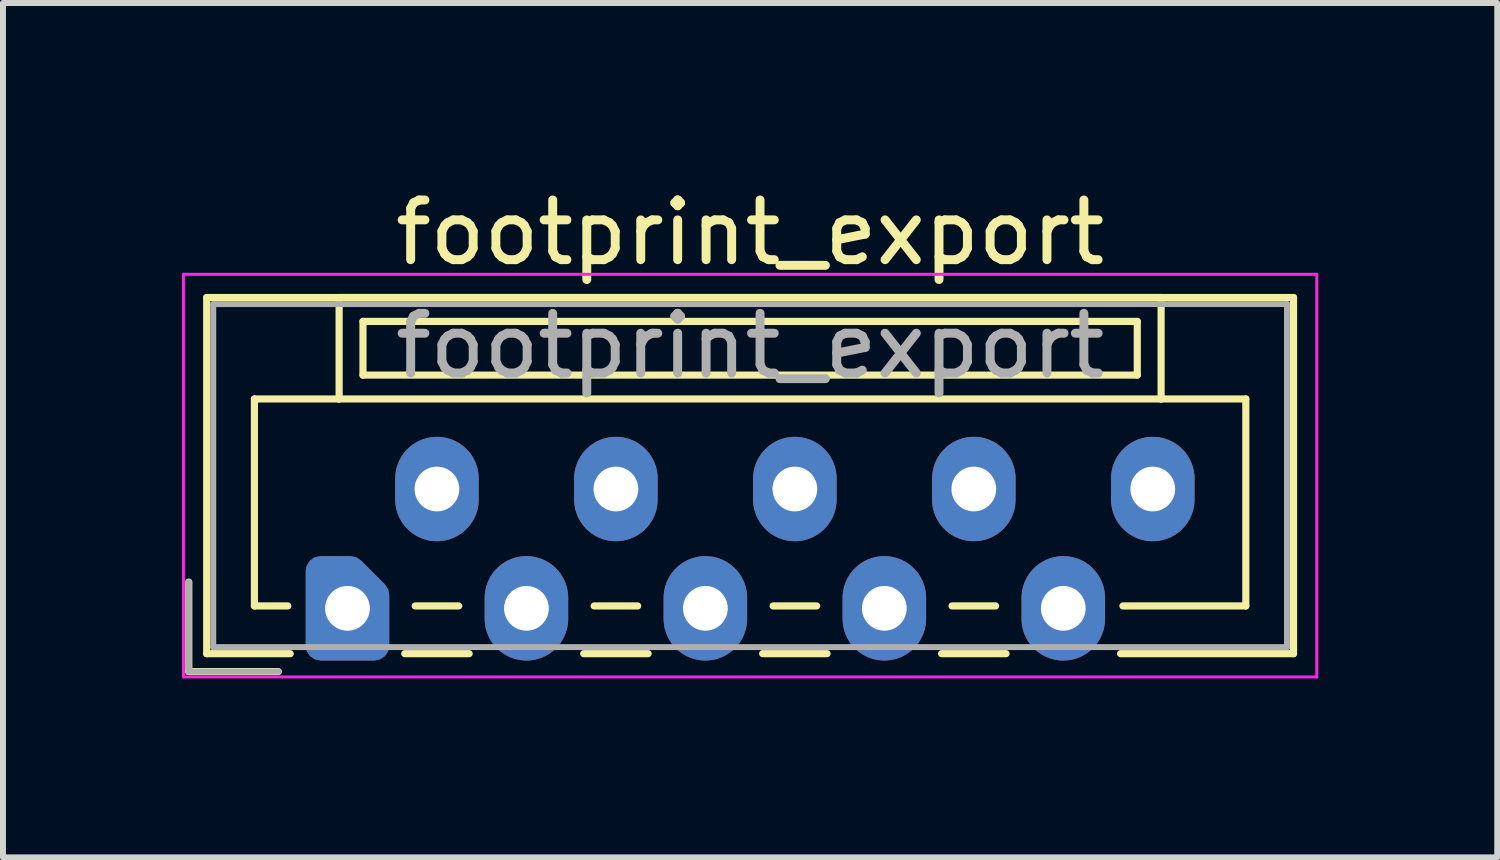
<source format=kicad_pcb>
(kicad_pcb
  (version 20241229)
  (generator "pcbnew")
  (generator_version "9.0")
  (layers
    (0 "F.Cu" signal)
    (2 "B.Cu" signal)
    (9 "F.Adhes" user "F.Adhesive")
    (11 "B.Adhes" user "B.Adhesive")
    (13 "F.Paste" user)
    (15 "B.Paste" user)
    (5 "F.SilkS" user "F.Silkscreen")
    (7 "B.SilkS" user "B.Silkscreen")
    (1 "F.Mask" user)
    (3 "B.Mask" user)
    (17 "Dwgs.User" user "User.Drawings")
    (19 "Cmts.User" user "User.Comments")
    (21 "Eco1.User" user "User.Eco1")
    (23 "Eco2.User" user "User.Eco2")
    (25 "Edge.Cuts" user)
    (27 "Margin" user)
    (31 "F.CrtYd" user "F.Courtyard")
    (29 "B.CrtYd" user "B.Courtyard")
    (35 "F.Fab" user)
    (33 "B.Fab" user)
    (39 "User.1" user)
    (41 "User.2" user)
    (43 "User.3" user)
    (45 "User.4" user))
  (footprint "footprint_export"
    (layer "F.Cu")
    (at 2.775 7.148)
    (property "Reference" "footprint_export" (at 6.75 -6.3 0) (layer "F.SilkS") (effects (font (size 1 1) (thickness 0.15))))
    (attr through_hole)
    (fp_line (start -2.66 -0.44) (end -2.66 1.06) (stroke (width 0.12) (type solid)) (layer "F.SilkS"))
    (fp_line (start -2.66 1.06) (end -1.16 1.06) (stroke (width 0.12) (type solid)) (layer "F.SilkS"))
    (fp_line (start -2.36 -5.21) (end 15.86 -5.21) (stroke (width 0.12) (type solid)) (layer "F.SilkS"))
    (fp_line (start -2.36 0.76) (end -2.36 -5.21) (stroke (width 0.12) (type solid)) (layer "F.SilkS"))
    (fp_line (start -1.56 -3.51) (end -1.56 -0.04) (stroke (width 0.12) (type solid)) (layer "F.SilkS"))
    (fp_line (start -1.56 -0.04) (end -1 -0.04) (stroke (width 0.12) (type solid)) (layer "F.SilkS"))
    (fp_line (start -0.96 0.76) (end -2.36 0.76) (stroke (width 0.12) (type solid)) (layer "F.SilkS"))
    (fp_line (start -0.14 -5.21) (end -0.14 -3.51) (stroke (width 0.12) (type solid)) (layer "F.SilkS"))
    (fp_line (start -0.14 -3.51) (end -1.56 -3.51) (stroke (width 0.12) (type solid)) (layer "F.SilkS"))
    (fp_line (start -0.14 -3.51) (end 13.64 -3.51) (stroke (width 0.12) (type solid)) (layer "F.SilkS"))
    (fp_line (start 0.26 -4.81) (end 0.26 -3.91) (stroke (width 0.12) (type solid)) (layer "F.SilkS"))
    (fp_line (start 0.26 -3.91) (end 13.24 -3.91) (stroke (width 0.12) (type solid)) (layer "F.SilkS"))
    (fp_line (start 0.96 0.76) (end 2.04 0.76) (stroke (width 0.12) (type solid)) (layer "F.SilkS"))
    (fp_line (start 1.135 -0.04) (end 1.865 -0.04) (stroke (width 0.12) (type solid)) (layer "F.SilkS"))
    (fp_line (start 3.96 0.76) (end 5.04 0.76) (stroke (width 0.12) (type solid)) (layer "F.SilkS"))
    (fp_line (start 4.135 -0.04) (end 4.865 -0.04) (stroke (width 0.12) (type solid)) (layer "F.SilkS"))
    (fp_line (start 6.96 0.76) (end 8.04 0.76) (stroke (width 0.12) (type solid)) (layer "F.SilkS"))
    (fp_line (start 7.135 -0.04) (end 7.865 -0.04) (stroke (width 0.12) (type solid)) (layer "F.SilkS"))
    (fp_line (start 9.96 0.76) (end 11.04 0.76) (stroke (width 0.12) (type solid)) (layer "F.SilkS"))
    (fp_line (start 10.135 -0.04) (end 10.865 -0.04) (stroke (width 0.12) (type solid)) (layer "F.SilkS"))
    (fp_line (start 13.24 -4.81) (end 0.26 -4.81) (stroke (width 0.12) (type solid)) (layer "F.SilkS"))
    (fp_line (start 13.24 -3.91) (end 13.24 -4.81) (stroke (width 0.12) (type solid)) (layer "F.SilkS"))
    (fp_line (start 13.64 -5.21) (end -0.14 -5.21) (stroke (width 0.12) (type solid)) (layer "F.SilkS"))
    (fp_line (start 13.64 -3.51) (end 13.64 -5.21) (stroke (width 0.12) (type solid)) (layer "F.SilkS"))
    (fp_line (start 13.64 -3.51) (end 15.06 -3.51) (stroke (width 0.12) (type solid)) (layer "F.SilkS"))
    (fp_line (start 15.06 -3.51) (end 15.06 -0.04) (stroke (width 0.12) (type solid)) (layer "F.SilkS"))
    (fp_line (start 15.06 -0.04) (end 13 -0.04) (stroke (width 0.12) (type solid)) (layer "F.SilkS"))
    (fp_line (start 15.86 -5.21) (end 15.86 0.76) (stroke (width 0.12) (type solid)) (layer "F.SilkS"))
    (fp_line (start 15.86 0.76) (end 12.96 0.76) (stroke (width 0.12) (type solid)) (layer "F.SilkS"))
    (fp_line (start -2.75 -5.6) (end -2.75 1.15) (stroke (width 0.05) (type solid)) (layer "F.CrtYd"))
    (fp_line (start -2.75 1.15) (end 16.25 1.15) (stroke (width 0.05) (type solid)) (layer "F.CrtYd"))
    (fp_line (start 16.25 -5.6) (end -2.75 -5.6) (stroke (width 0.05) (type solid)) (layer "F.CrtYd"))
    (fp_line (start 16.25 1.15) (end 16.25 -5.6) (stroke (width 0.05) (type solid)) (layer "F.CrtYd"))
    (fp_line (start -2.66 -0.44) (end -2.66 1.06) (stroke (width 0.1) (type solid)) (layer "F.Fab"))
    (fp_line (start -2.66 1.06) (end -1.16 1.06) (stroke (width 0.1) (type solid)) (layer "F.Fab"))
    (fp_line (start -2.25 -5.1) (end -2.25 0.65) (stroke (width 0.1) (type solid)) (layer "F.Fab"))
    (fp_line (start -2.25 0.65) (end 15.75 0.65) (stroke (width 0.1) (type solid)) (layer "F.Fab"))
    (fp_line (start 15.75 -5.1) (end -2.25 -5.1) (stroke (width 0.1) (type solid)) (layer "F.Fab"))
    (fp_line (start 15.75 0.65) (end 15.75 -5.1) (stroke (width 0.1) (type solid)) (layer "F.Fab"))
    (fp_text user "${REFERENCE}" (at 6.75 -4.4 0) (layer "F.Fab") (effects (font (size 1 1) (thickness 0.15))))
    (pad "1" thru_hole custom (at 0 0) (size 1.117 1.117) (drill 0.75) (layers "*.Cu" "*.Mask") (options (anchor circle)) (primitives (gr_poly (pts (xy 0.45 -0.225) (xy 0.45 0.625) (xy -0.45 0.625) (xy -0.45 -0.625) (xy 0.05 -0.625)) (width 0.5) (fill yes))))
    (pad "2" thru_hole oval (at 1.5 -2) (size 1.4 1.75) (drill 0.75) (layers "*.Cu" "*.Mask"))
    (pad "3" thru_hole oval (at 3 0) (size 1.4 1.75) (drill 0.75) (layers "*.Cu" "*.Mask"))
    (pad "4" thru_hole oval (at 4.5 -2) (size 1.4 1.75) (drill 0.75) (layers "*.Cu" "*.Mask"))
    (pad "5" thru_hole oval (at 6 0) (size 1.4 1.75) (drill 0.75) (layers "*.Cu" "*.Mask"))
    (pad "6" thru_hole oval (at 7.5 -2) (size 1.4 1.75) (drill 0.75) (layers "*.Cu" "*.Mask"))
    (pad "7" thru_hole oval (at 9 0) (size 1.4 1.75) (drill 0.75) (layers "*.Cu" "*.Mask"))
    (pad "8" thru_hole oval (at 10.5 -2) (size 1.4 1.75) (drill 0.75) (layers "*.Cu" "*.Mask"))
    (pad "9" thru_hole oval (at 12 0) (size 1.4 1.75) (drill 0.75) (layers "*.Cu" "*.Mask"))
    (pad "10" thru_hole oval (at 13.5 -2) (size 1.4 1.75) (drill 0.75) (layers "*.Cu" "*.Mask")))
  (gr_rect
    (start -3 -3)
    (end 22.05 11.323)
    (stroke (width 0.1) (type default))
    (fill no)
    (layer "Edge.Cuts")))
</source>
